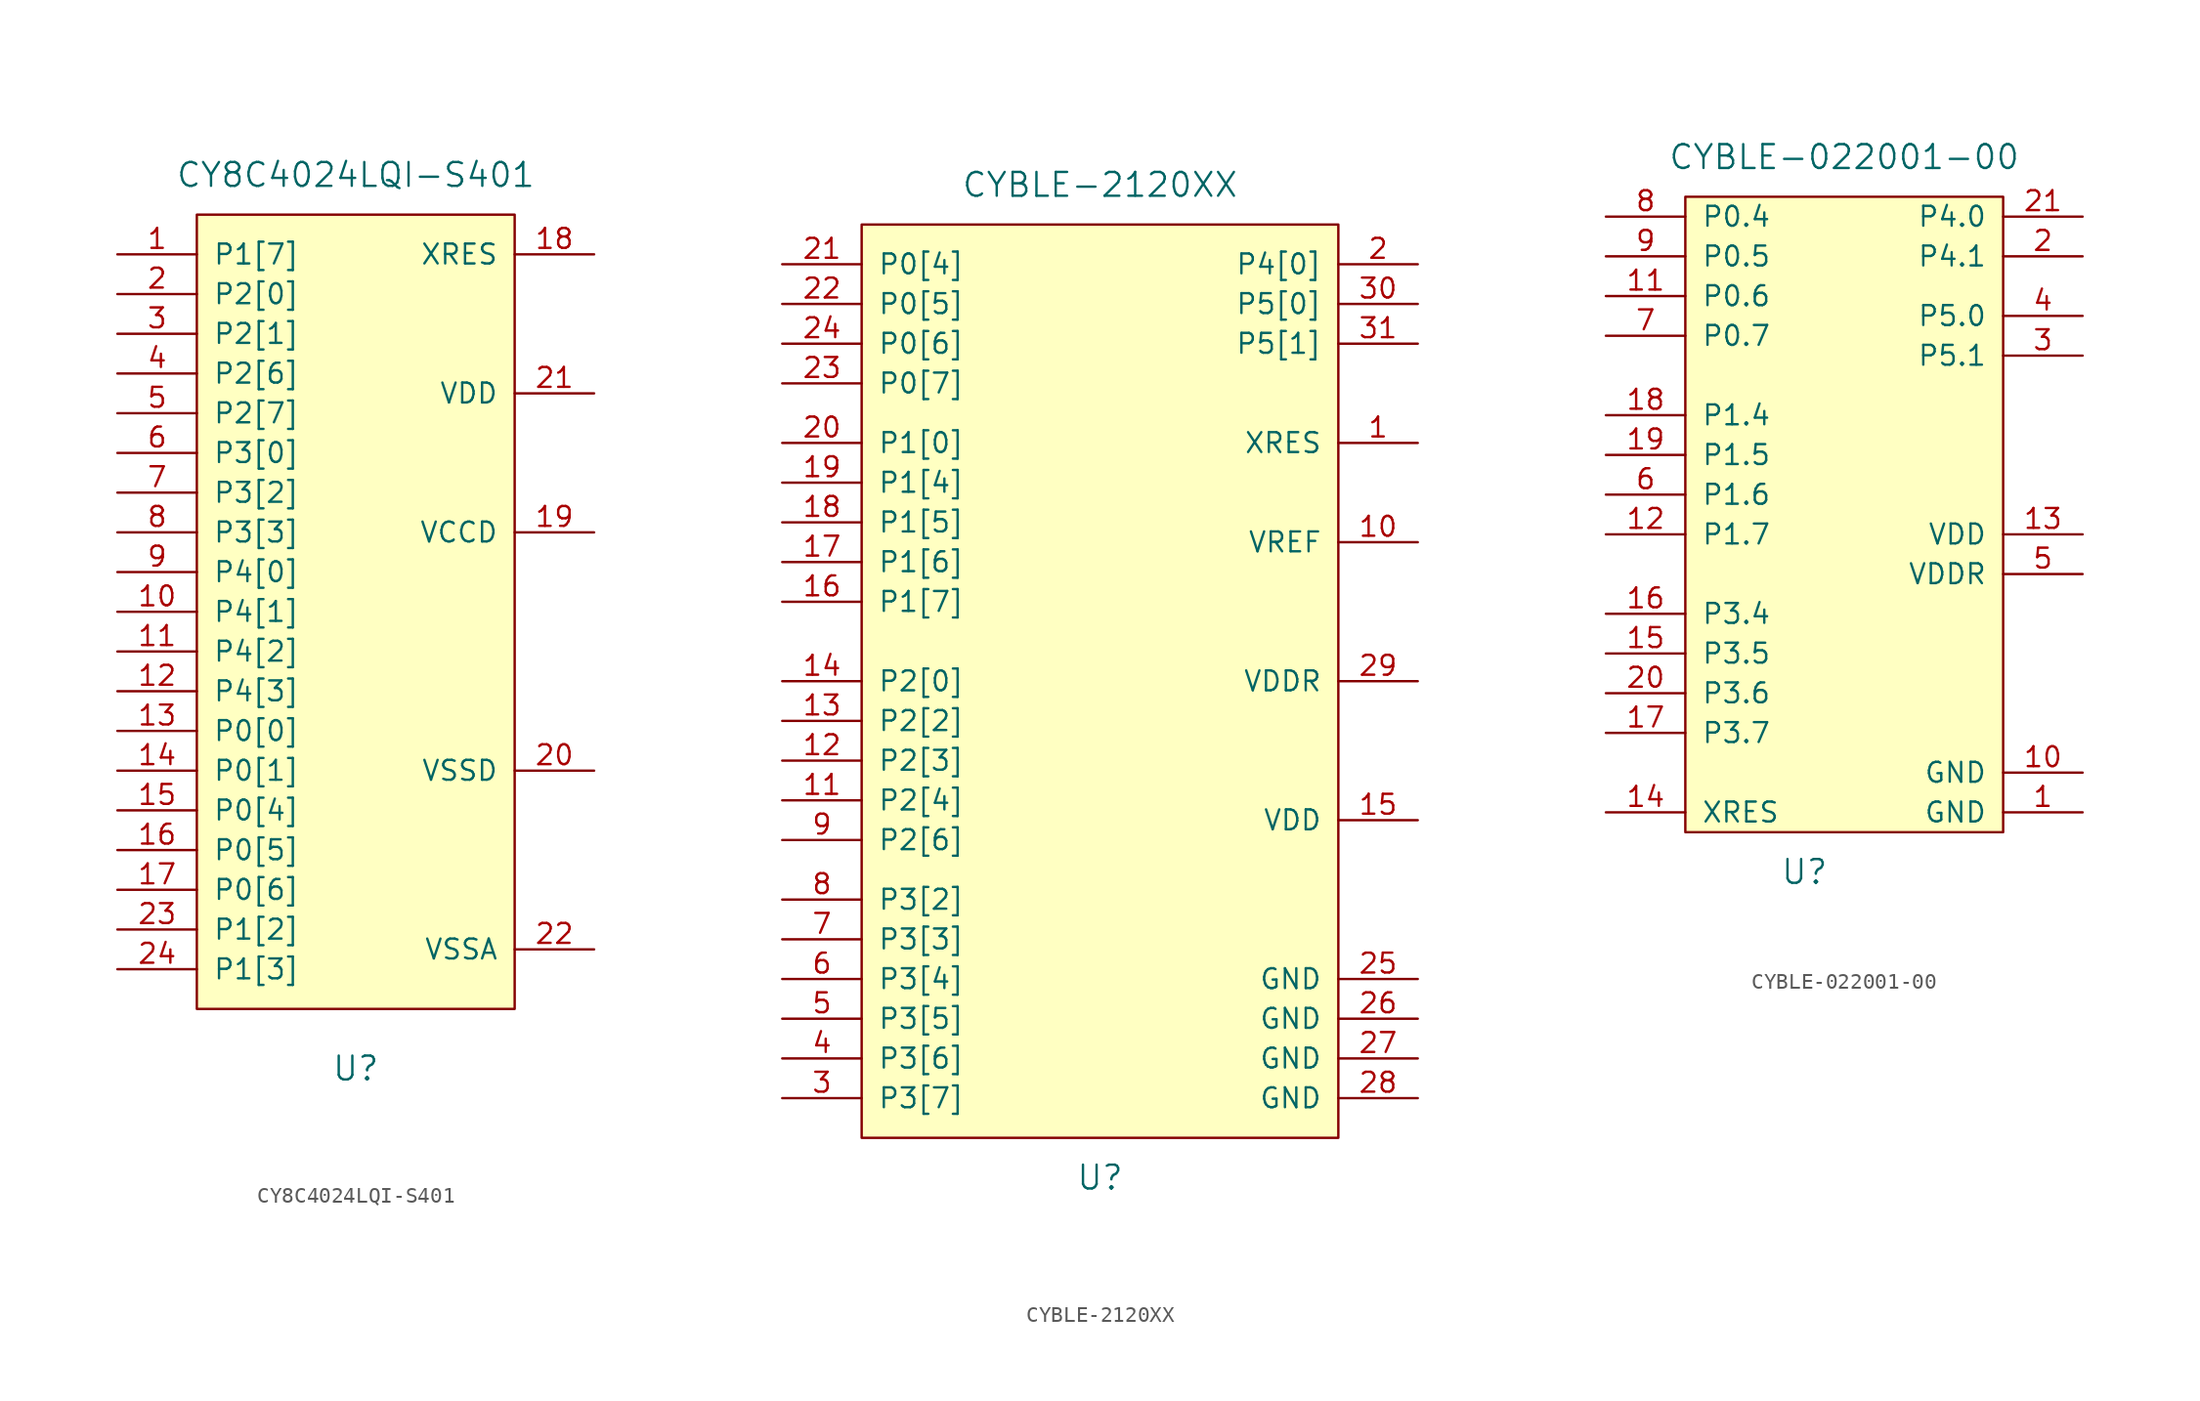
<source format=kicad_sym>
(kicad_symbol_lib
  (version 20220914)
  (generator kicad_symbol_editor)
  (symbol "CY8C4024LQI-S401"
    (pin_names
      (offset 1.016))
    (property "Reference" "U"
      (at 0 -29.21 0)
      (effects (font (size 1.524 1.524))))
    (property "Value" "CY8C4024LQI-S401"
      (at 0 27.94 0)
      (effects (font (size 1.524 1.524))))
    (symbol "CY8C4024LQI-S401_0_1"
      (rectangle (start -10.16 25.4) (end 10.16 -25.4) (stroke (width 0) (type solid)) (fill (type background))))
    (symbol "CY8C4024LQI-S401_1_1"
      (pin bidirectional line (at -15.24 22.86 0) (length 5.08) (name "P1[7]" (effects (font (size 1.27 1.27)))) (number "1" (effects (font (size 1.27 1.27)))))
      (pin bidirectional line (at -15.24 0 0) (length 5.08) (name "P4[1]" (effects (font (size 1.27 1.27)))) (number "10" (effects (font (size 1.27 1.27)))))
      (pin bidirectional line (at -15.24 -2.54 0) (length 5.08) (name "P4[2]" (effects (font (size 1.27 1.27)))) (number "11" (effects (font (size 1.27 1.27)))))
      (pin bidirectional line (at -15.24 -5.08 0) (length 5.08) (name "P4[3]" (effects (font (size 1.27 1.27)))) (number "12" (effects (font (size 1.27 1.27)))))
      (pin bidirectional line (at -15.24 -7.62 0) (length 5.08) (name "P0[0]" (effects (font (size 1.27 1.27)))) (number "13" (effects (font (size 1.27 1.27)))))
      (pin bidirectional line (at -15.24 -10.16 0) (length 5.08) (name "P0[1]" (effects (font (size 1.27 1.27)))) (number "14" (effects (font (size 1.27 1.27)))))
      (pin bidirectional line (at -15.24 -12.7 0) (length 5.08) (name "P0[4]" (effects (font (size 1.27 1.27)))) (number "15" (effects (font (size 1.27 1.27)))))
      (pin bidirectional line (at -15.24 -15.24 0) (length 5.08) (name "P0[5]" (effects (font (size 1.27 1.27)))) (number "16" (effects (font (size 1.27 1.27)))))
      (pin bidirectional line (at -15.24 -17.78 0) (length 5.08) (name "P0[6]" (effects (font (size 1.27 1.27)))) (number "17" (effects (font (size 1.27 1.27)))))
      (pin input line (at 15.24 22.86 180) (length 5.08) (name "XRES" (effects (font (size 1.27 1.27)))) (number "18" (effects (font (size 1.27 1.27)))))
      (pin power_out line (at 15.24 5.08 180) (length 5.08) (name "VCCD" (effects (font (size 1.27 1.27)))) (number "19" (effects (font (size 1.27 1.27)))))
      (pin bidirectional line (at -15.24 20.32 0) (length 5.08) (name "P2[0]" (effects (font (size 1.27 1.27)))) (number "2" (effects (font (size 1.27 1.27)))))
      (pin power_in line (at 15.24 -10.16 180) (length 5.08) (name "VSSD" (effects (font (size 1.27 1.27)))) (number "20" (effects (font (size 1.27 1.27)))))
      (pin power_in line (at 15.24 13.97 180) (length 5.08) (name "VDD" (effects (font (size 1.27 1.27)))) (number "21" (effects (font (size 1.27 1.27)))))
      (pin power_in line (at 15.24 -21.59 180) (length 5.08) (name "VSSA" (effects (font (size 1.27 1.27)))) (number "22" (effects (font (size 1.27 1.27)))))
      (pin bidirectional line (at -15.24 -20.32 0) (length 5.08) (name "P1[2]" (effects (font (size 1.27 1.27)))) (number "23" (effects (font (size 1.27 1.27)))))
      (pin bidirectional line (at -15.24 -22.86 0) (length 5.08) (name "P1[3]" (effects (font (size 1.27 1.27)))) (number "24" (effects (font (size 1.27 1.27)))))
      (pin bidirectional line (at -15.24 17.78 0) (length 5.08) (name "P2[1]" (effects (font (size 1.27 1.27)))) (number "3" (effects (font (size 1.27 1.27)))))
      (pin bidirectional line (at -15.24 15.24 0) (length 5.08) (name "P2[6]" (effects (font (size 1.27 1.27)))) (number "4" (effects (font (size 1.27 1.27)))))
      (pin bidirectional line (at -15.24 12.7 0) (length 5.08) (name "P2[7]" (effects (font (size 1.27 1.27)))) (number "5" (effects (font (size 1.27 1.27)))))
      (pin bidirectional line (at -15.24 10.16 0) (length 5.08) (name "P3[0]" (effects (font (size 1.27 1.27)))) (number "6" (effects (font (size 1.27 1.27)))))
      (pin bidirectional line (at -15.24 7.62 0) (length 5.08) (name "P3[2]" (effects (font (size 1.27 1.27)))) (number "7" (effects (font (size 1.27 1.27)))))
      (pin bidirectional line (at -15.24 5.08 0) (length 5.08) (name "P3[3]" (effects (font (size 1.27 1.27)))) (number "8" (effects (font (size 1.27 1.27)))))
      (pin bidirectional line (at -15.24 2.54 0) (length 5.08) (name "P4[0]" (effects (font (size 1.27 1.27)))) (number "9" (effects (font (size 1.27 1.27)))))))
  (symbol "CYBLE-2120XX"
    (pin_names
      (offset 1.016))
    (property "Reference" "U"
      (at 0 -34.29 0)
      (effects (font (size 1.524 1.524))))
    (property "Value" "CYBLE-2120XX"
      (at 0 29.21 0)
      (effects (font (size 1.524 1.524))))
    (symbol "CYBLE-2120XX_0_1"
      (rectangle (start -15.24 26.67) (end 15.24 -31.75) (stroke (width 0) (type solid)) (fill (type background))))
    (symbol "CYBLE-2120XX_1_1"
      (pin input line (at 20.32 12.7 180) (length 5.08) (name "XRES" (effects (font (size 1.27 1.27)))) (number "1" (effects (font (size 1.27 1.27)))))
      (pin input line (at 20.32 6.35 180) (length 5.08) (name "VREF" (effects (font (size 1.27 1.27)))) (number "10" (effects (font (size 1.27 1.27)))))
      (pin bidirectional line (at -20.32 -10.16 0) (length 5.08) (name "P2[4]" (effects (font (size 1.27 1.27)))) (number "11" (effects (font (size 1.27 1.27)))))
      (pin bidirectional line (at -20.32 -7.62 0) (length 5.08) (name "P2[3]" (effects (font (size 1.27 1.27)))) (number "12" (effects (font (size 1.27 1.27)))))
      (pin bidirectional line (at -20.32 -5.08 0) (length 5.08) (name "P2[2]" (effects (font (size 1.27 1.27)))) (number "13" (effects (font (size 1.27 1.27)))))
      (pin bidirectional line (at -20.32 -2.54 0) (length 5.08) (name "P2[0]" (effects (font (size 1.27 1.27)))) (number "14" (effects (font (size 1.27 1.27)))))
      (pin power_in line (at 20.32 -11.43 180) (length 5.08) (name "VDD" (effects (font (size 1.27 1.27)))) (number "15" (effects (font (size 1.27 1.27)))))
      (pin bidirectional line (at -20.32 2.54 0) (length 5.08) (name "P1[7]" (effects (font (size 1.27 1.27)))) (number "16" (effects (font (size 1.27 1.27)))))
      (pin bidirectional line (at -20.32 5.08 0) (length 5.08) (name "P1[6]" (effects (font (size 1.27 1.27)))) (number "17" (effects (font (size 1.27 1.27)))))
      (pin bidirectional line (at -20.32 7.62 0) (length 5.08) (name "P1[5]" (effects (font (size 1.27 1.27)))) (number "18" (effects (font (size 1.27 1.27)))))
      (pin bidirectional line (at -20.32 10.16 0) (length 5.08) (name "P1[4]" (effects (font (size 1.27 1.27)))) (number "19" (effects (font (size 1.27 1.27)))))
      (pin bidirectional line (at 20.32 24.13 180) (length 5.08) (name "P4[0]" (effects (font (size 1.27 1.27)))) (number "2" (effects (font (size 1.27 1.27)))))
      (pin bidirectional line (at -20.32 12.7 0) (length 5.08) (name "P1[0]" (effects (font (size 1.27 1.27)))) (number "20" (effects (font (size 1.27 1.27)))))
      (pin bidirectional line (at -20.32 24.13 0) (length 5.08) (name "P0[4]" (effects (font (size 1.27 1.27)))) (number "21" (effects (font (size 1.27 1.27)))))
      (pin bidirectional line (at -20.32 21.59 0) (length 5.08) (name "P0[5]" (effects (font (size 1.27 1.27)))) (number "22" (effects (font (size 1.27 1.27)))))
      (pin bidirectional line (at -20.32 16.51 0) (length 5.08) (name "P0[7]" (effects (font (size 1.27 1.27)))) (number "23" (effects (font (size 1.27 1.27)))))
      (pin bidirectional line (at -20.32 19.05 0) (length 5.08) (name "P0[6]" (effects (font (size 1.27 1.27)))) (number "24" (effects (font (size 1.27 1.27)))))
      (pin power_in line (at 20.32 -21.59 180) (length 5.08) (name "GND" (effects (font (size 1.27 1.27)))) (number "25" (effects (font (size 1.27 1.27)))))
      (pin power_in line (at 20.32 -24.13 180) (length 5.08) (name "GND" (effects (font (size 1.27 1.27)))) (number "26" (effects (font (size 1.27 1.27)))))
      (pin power_in line (at 20.32 -26.67 180) (length 5.08) (name "GND" (effects (font (size 1.27 1.27)))) (number "27" (effects (font (size 1.27 1.27)))))
      (pin power_in line (at 20.32 -29.21 180) (length 5.08) (name "GND" (effects (font (size 1.27 1.27)))) (number "28" (effects (font (size 1.27 1.27)))))
      (pin power_in line (at 20.32 -2.54 180) (length 5.08) (name "VDDR" (effects (font (size 1.27 1.27)))) (number "29" (effects (font (size 1.27 1.27)))))
      (pin bidirectional line (at -20.32 -29.21 0) (length 5.08) (name "P3[7]" (effects (font (size 1.27 1.27)))) (number "3" (effects (font (size 1.27 1.27)))))
      (pin bidirectional line (at 20.32 21.59 180) (length 5.08) (name "P5[0]" (effects (font (size 1.27 1.27)))) (number "30" (effects (font (size 1.27 1.27)))))
      (pin bidirectional line (at 20.32 19.05 180) (length 5.08) (name "P5[1]" (effects (font (size 1.27 1.27)))) (number "31" (effects (font (size 1.27 1.27)))))
      (pin bidirectional line (at -20.32 -26.67 0) (length 5.08) (name "P3[6]" (effects (font (size 1.27 1.27)))) (number "4" (effects (font (size 1.27 1.27)))))
      (pin bidirectional line (at -20.32 -24.13 0) (length 5.08) (name "P3[5]" (effects (font (size 1.27 1.27)))) (number "5" (effects (font (size 1.27 1.27)))))
      (pin bidirectional line (at -20.32 -21.59 0) (length 5.08) (name "P3[4]" (effects (font (size 1.27 1.27)))) (number "6" (effects (font (size 1.27 1.27)))))
      (pin bidirectional line (at -20.32 -19.05 0) (length 5.08) (name "P3[3]" (effects (font (size 1.27 1.27)))) (number "7" (effects (font (size 1.27 1.27)))))
      (pin bidirectional line (at -20.32 -16.51 0) (length 5.08) (name "P3[2]" (effects (font (size 1.27 1.27)))) (number "8" (effects (font (size 1.27 1.27)))))
      (pin bidirectional line (at -20.32 -12.7 0) (length 5.08) (name "P2[6]" (effects (font (size 1.27 1.27)))) (number "9" (effects (font (size 1.27 1.27)))))))
  (symbol "CYBLE-022001-00"
    (pin_names
      (offset 1.016))
    (property "Reference" "U"
      (at -2.54 -25.4 0)
      (effects (font (size 1.524 1.524))))
    (property "Value" "CYBLE-022001-00"
      (at 0 20.32 0)
      (effects (font (size 1.524 1.524))))
    (symbol "CYBLE-022001-00_0_1"
      (rectangle (start -10.16 17.78) (end 10.16 -22.86) (stroke (width 0) (type solid)) (fill (type background))))
    (symbol "CYBLE-022001-00_1_1"
      (pin power_in line (at 15.24 -21.59 180) (length 5.08) (name "GND" (effects (font (size 1.27 1.27)))) (number "1" (effects (font (size 1.27 1.27)))))
      (pin power_in line (at 15.24 -19.05 180) (length 5.08) (name "GND" (effects (font (size 1.27 1.27)))) (number "10" (effects (font (size 1.27 1.27)))))
      (pin bidirectional line (at -15.24 11.43 0) (length 5.08) (name "P0.6" (effects (font (size 1.27 1.27)))) (number "11" (effects (font (size 1.27 1.27)))))
      (pin bidirectional line (at -15.24 -3.81 0) (length 5.08) (name "P1.7" (effects (font (size 1.27 1.27)))) (number "12" (effects (font (size 1.27 1.27)))))
      (pin power_in line (at 15.24 -3.81 180) (length 5.08) (name "VDD" (effects (font (size 1.27 1.27)))) (number "13" (effects (font (size 1.27 1.27)))))
      (pin input line (at -15.24 -21.59 0) (length 5.08) (name "XRES" (effects (font (size 1.27 1.27)))) (number "14" (effects (font (size 1.27 1.27)))))
      (pin bidirectional line (at -15.24 -11.43 0) (length 5.08) (name "P3.5" (effects (font (size 1.27 1.27)))) (number "15" (effects (font (size 1.27 1.27)))))
      (pin bidirectional line (at -15.24 -8.89 0) (length 5.08) (name "P3.4" (effects (font (size 1.27 1.27)))) (number "16" (effects (font (size 1.27 1.27)))))
      (pin bidirectional line (at -15.24 -16.51 0) (length 5.08) (name "P3.7" (effects (font (size 1.27 1.27)))) (number "17" (effects (font (size 1.27 1.27)))))
      (pin bidirectional line (at -15.24 3.81 0) (length 5.08) (name "P1.4" (effects (font (size 1.27 1.27)))) (number "18" (effects (font (size 1.27 1.27)))))
      (pin bidirectional line (at -15.24 1.27 0) (length 5.08) (name "P1.5" (effects (font (size 1.27 1.27)))) (number "19" (effects (font (size 1.27 1.27)))))
      (pin bidirectional line (at 15.24 13.97 180) (length 5.08) (name "P4.1" (effects (font (size 1.27 1.27)))) (number "2" (effects (font (size 1.27 1.27)))))
      (pin bidirectional line (at -15.24 -13.97 0) (length 5.08) (name "P3.6" (effects (font (size 1.27 1.27)))) (number "20" (effects (font (size 1.27 1.27)))))
      (pin bidirectional line (at 15.24 16.51 180) (length 5.08) (name "P4.0" (effects (font (size 1.27 1.27)))) (number "21" (effects (font (size 1.27 1.27)))))
      (pin bidirectional line (at 15.24 7.62 180) (length 5.08) (name "P5.1" (effects (font (size 1.27 1.27)))) (number "3" (effects (font (size 1.27 1.27)))))
      (pin bidirectional line (at 15.24 10.16 180) (length 5.08) (name "P5.0" (effects (font (size 1.27 1.27)))) (number "4" (effects (font (size 1.27 1.27)))))
      (pin power_in line (at 15.24 -6.35 180) (length 5.08) (name "VDDR" (effects (font (size 1.27 1.27)))) (number "5" (effects (font (size 1.27 1.27)))))
      (pin bidirectional line (at -15.24 -1.27 0) (length 5.08) (name "P1.6" (effects (font (size 1.27 1.27)))) (number "6" (effects (font (size 1.27 1.27)))))
      (pin bidirectional line (at -15.24 8.89 0) (length 5.08) (name "P0.7" (effects (font (size 1.27 1.27)))) (number "7" (effects (font (size 1.27 1.27)))))
      (pin bidirectional line (at -15.24 16.51 0) (length 5.08) (name "P0.4" (effects (font (size 1.27 1.27)))) (number "8" (effects (font (size 1.27 1.27)))))
      (pin bidirectional line (at -15.24 13.97 0) (length 5.08) (name "P0.5" (effects (font (size 1.27 1.27)))) (number "9" (effects (font (size 1.27 1.27))))))))
</source>
